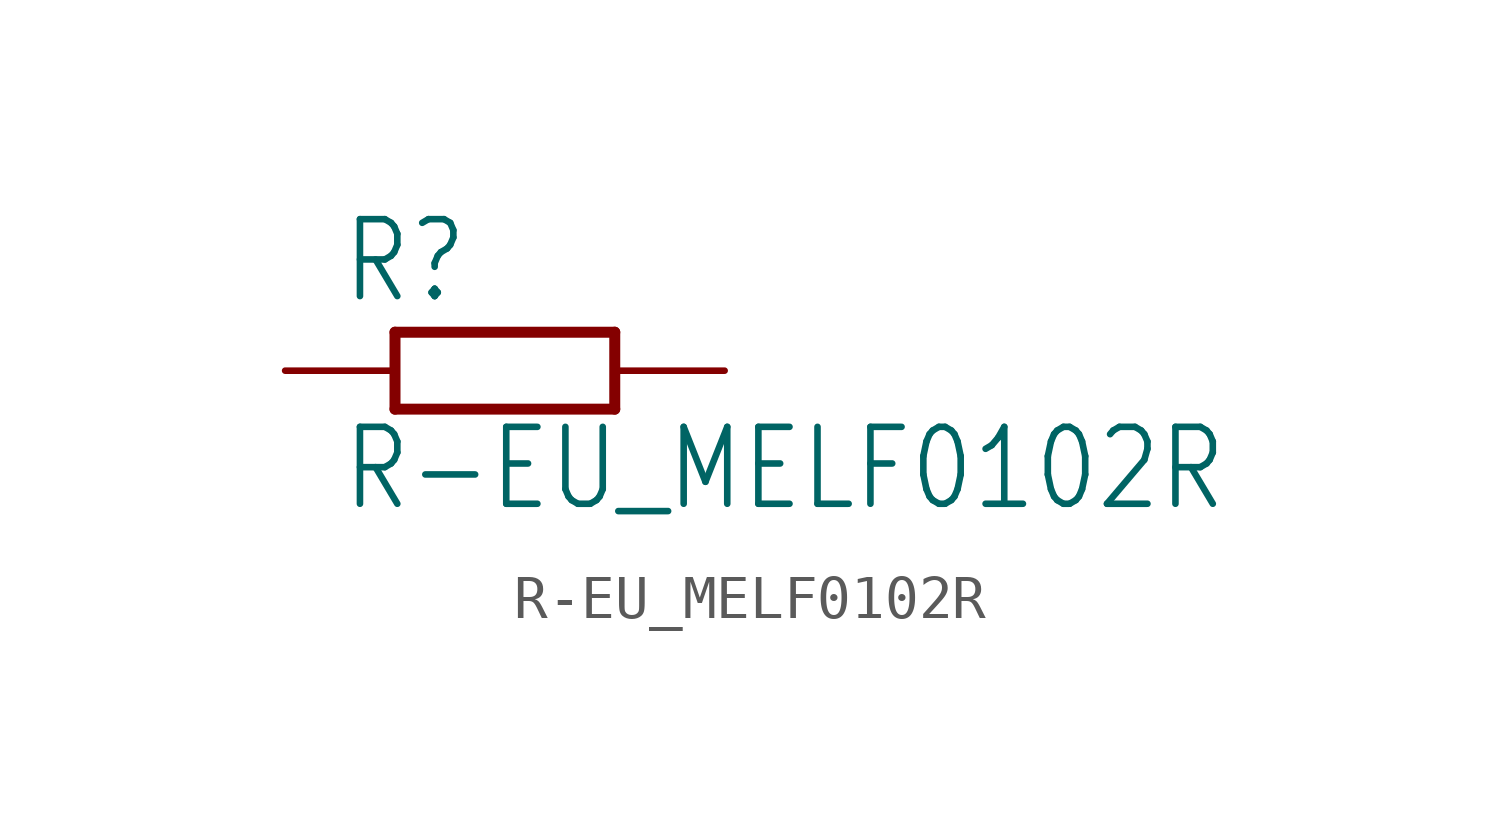
<source format=kicad_sym>
(kicad_symbol_lib
  (version 20220914)
  (generator kicad_symbol_editor)
  (symbol "R-EU_MELF0102R"
    (property "Reference" "R"
      (at -3.81 1.499 0)
      (effects (font (size 1.778 1.511)) (justify left bottom)))
    (property "Value" "R-EU_MELF0102R"
      (at -3.81 -3.302 0)
      (effects (font (size 1.778 1.511)) (justify left bottom)))
    (property "ki_locked" ""
      (at 0 0 0)
      (effects (font (size 1.27 1.27))))
    (symbol "R-EU_MELF0102R_1_0"
      (polyline (pts (xy -2.54 -0.889) (xy -2.54 0.889)) (stroke (width 0.254) (type default)) (fill (type none)))
      (polyline (pts (xy -2.54 -0.889) (xy 2.54 -0.889)) (stroke (width 0.254) (type default)) (fill (type none)))
      (polyline (pts (xy 2.54 -0.889) (xy 2.54 0.889)) (stroke (width 0.254) (type default)) (fill (type none)))
      (polyline (pts (xy 2.54 0.889) (xy -2.54 0.889)) (stroke (width 0.254) (type default)) (fill (type none)))
      (pin passive line (at -5.08 0 0) (length 2.54) (name "1" (effects (font (size 0 0)))) (number "1" (effects (font (size 0 0)))))
      (pin passive line (at 5.08 0 180) (length 2.54) (name "2" (effects (font (size 0 0)))) (number "2" (effects (font (size 0 0))))))))
</source>
